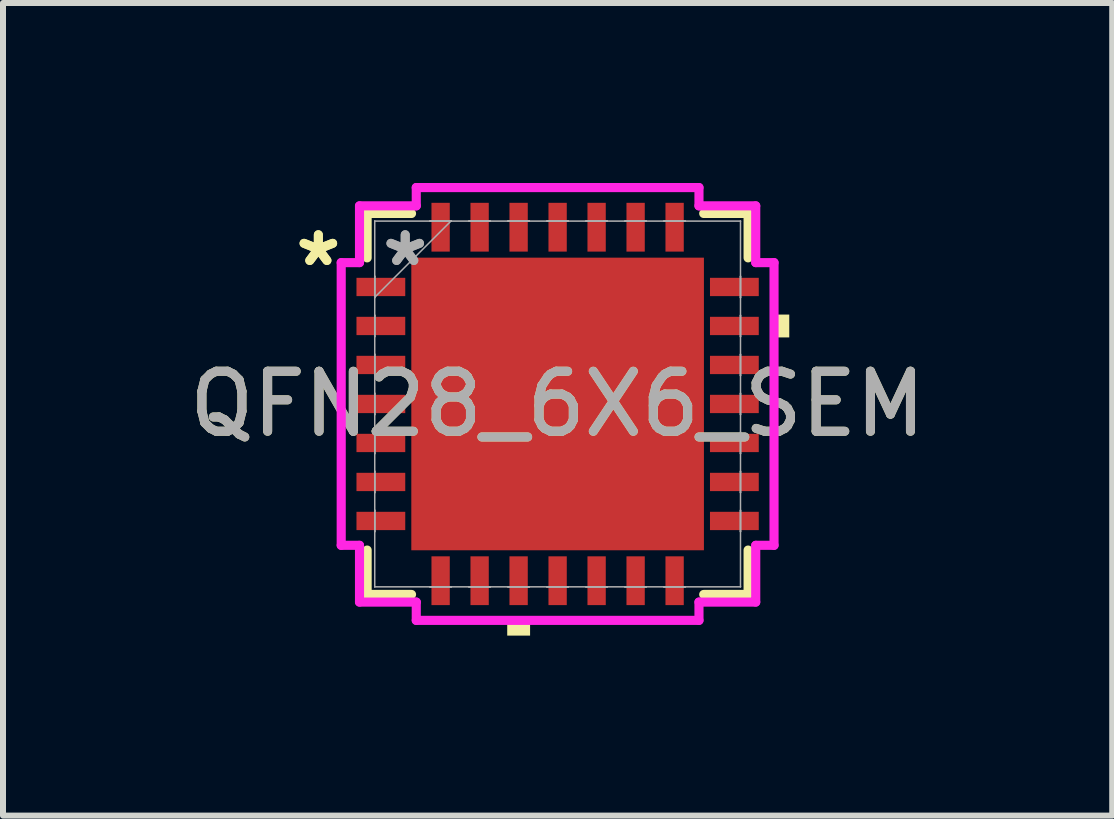
<source format=kicad_pcb>
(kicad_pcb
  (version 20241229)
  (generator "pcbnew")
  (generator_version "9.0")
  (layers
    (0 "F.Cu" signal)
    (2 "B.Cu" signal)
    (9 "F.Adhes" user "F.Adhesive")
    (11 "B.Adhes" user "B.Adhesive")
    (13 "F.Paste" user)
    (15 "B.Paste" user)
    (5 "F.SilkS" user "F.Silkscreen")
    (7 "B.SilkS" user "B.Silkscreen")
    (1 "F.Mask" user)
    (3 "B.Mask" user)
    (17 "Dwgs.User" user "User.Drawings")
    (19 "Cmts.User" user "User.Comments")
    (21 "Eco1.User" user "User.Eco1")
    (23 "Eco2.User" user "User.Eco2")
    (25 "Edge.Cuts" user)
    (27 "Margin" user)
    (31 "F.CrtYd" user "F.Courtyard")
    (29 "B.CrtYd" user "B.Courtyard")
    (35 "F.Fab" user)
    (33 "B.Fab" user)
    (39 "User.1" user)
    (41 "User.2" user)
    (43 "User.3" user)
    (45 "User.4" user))
  (footprint "QFN28_6X6_SEM"
    (layer "F.Cu")
    (at 6.244 3.683)
    (property "Reference" "QFN28_6X6_SEM" (at 0 0 0) (unlocked yes) (layer "F.SilkS") (effects (font (size 1 1) (thickness 0.15))))
    (attr smd)
    (fp_line (start -3.175 -3.175) (end -3.175 -2.435) (stroke (width 0.152) (type solid)) (layer "F.SilkS"))
    (fp_line (start -3.175 2.435) (end -3.175 3.175) (stroke (width 0.152) (type solid)) (layer "F.SilkS"))
    (fp_line (start -3.175 3.175) (end -2.435 3.175) (stroke (width 0.152) (type solid)) (layer "F.SilkS"))
    (fp_line (start -2.435 -3.175) (end -3.175 -3.175) (stroke (width 0.152) (type solid)) (layer "F.SilkS"))
    (fp_line (start 2.435 3.175) (end 3.175 3.175) (stroke (width 0.152) (type solid)) (layer "F.SilkS"))
    (fp_line (start 3.175 -3.175) (end 2.435 -3.175) (stroke (width 0.152) (type solid)) (layer "F.SilkS"))
    (fp_line (start 3.175 -2.435) (end 3.175 -3.175) (stroke (width 0.152) (type solid)) (layer "F.SilkS"))
    (fp_line (start 3.175 3.175) (end 3.175 2.435) (stroke (width 0.152) (type solid)) (layer "F.SilkS"))
    (fp_poly (pts (xy -0.84 3.607) (xy -0.84 3.861) (xy -0.459 3.861) (xy -0.459 3.607)) (stroke (width 0) (type solid)) (fill yes) (layer "F.SilkS"))
    (fp_poly (pts (xy 3.861 -1.49) (xy 3.861 -1.109) (xy 3.607 -1.109) (xy 3.607 -1.49)) (stroke (width 0) (type solid)) (fill yes) (layer "F.SilkS"))
    (fp_poly (pts (xy -2.338 -2.338) (xy -2.338 -0.913) (xy -0.913 -0.913) (xy -0.913 -2.338)) (stroke (width 0) (type solid)) (fill yes) (layer "F.Paste"))
    (fp_poly (pts (xy -2.338 -0.713) (xy -2.338 0.713) (xy -0.913 0.713) (xy -0.913 -0.713)) (stroke (width 0) (type solid)) (fill yes) (layer "F.Paste"))
    (fp_poly (pts (xy -2.338 0.913) (xy -2.338 2.338) (xy -0.913 2.338) (xy -0.913 0.913)) (stroke (width 0) (type solid)) (fill yes) (layer "F.Paste"))
    (fp_poly (pts (xy -0.713 -2.338) (xy -0.713 -0.913) (xy 0.713 -0.913) (xy 0.713 -2.338)) (stroke (width 0) (type solid)) (fill yes) (layer "F.Paste"))
    (fp_poly (pts (xy -0.713 -0.713) (xy -0.713 0.713) (xy 0.713 0.713) (xy 0.713 -0.713)) (stroke (width 0) (type solid)) (fill yes) (layer "F.Paste"))
    (fp_poly (pts (xy -0.713 0.913) (xy -0.713 2.338) (xy 0.713 2.338) (xy 0.713 0.913)) (stroke (width 0) (type solid)) (fill yes) (layer "F.Paste"))
    (fp_poly (pts (xy 0.913 -2.338) (xy 0.913 -0.913) (xy 2.338 -0.913) (xy 2.338 -2.338)) (stroke (width 0) (type solid)) (fill yes) (layer "F.Paste"))
    (fp_poly (pts (xy 0.913 -0.713) (xy 0.913 0.713) (xy 2.338 0.713) (xy 2.338 -0.713)) (stroke (width 0) (type solid)) (fill yes) (layer "F.Paste"))
    (fp_poly (pts (xy 0.913 0.913) (xy 0.913 2.338) (xy 2.338 2.338) (xy 2.338 0.913)) (stroke (width 0) (type solid)) (fill yes) (layer "F.Paste"))
    (fp_line (start -3.607 -2.356) (end -3.302 -2.356) (stroke (width 0.152) (type solid)) (layer "F.CrtYd"))
    (fp_line (start -3.607 2.356) (end -3.607 -2.356) (stroke (width 0.152) (type solid)) (layer "F.CrtYd"))
    (fp_line (start -3.302 -3.302) (end -2.356 -3.302) (stroke (width 0.152) (type solid)) (layer "F.CrtYd"))
    (fp_line (start -3.302 -2.356) (end -3.302 -3.302) (stroke (width 0.152) (type solid)) (layer "F.CrtYd"))
    (fp_line (start -3.302 2.356) (end -3.607 2.356) (stroke (width 0.152) (type solid)) (layer "F.CrtYd"))
    (fp_line (start -3.302 3.302) (end -3.302 2.356) (stroke (width 0.152) (type solid)) (layer "F.CrtYd"))
    (fp_line (start -2.356 -3.607) (end 2.356 -3.607) (stroke (width 0.152) (type solid)) (layer "F.CrtYd"))
    (fp_line (start -2.356 -3.302) (end -2.356 -3.607) (stroke (width 0.152) (type solid)) (layer "F.CrtYd"))
    (fp_line (start -2.356 3.302) (end -3.302 3.302) (stroke (width 0.152) (type solid)) (layer "F.CrtYd"))
    (fp_line (start -2.356 3.607) (end -2.356 3.302) (stroke (width 0.152) (type solid)) (layer "F.CrtYd"))
    (fp_line (start 2.356 -3.607) (end 2.356 -3.302) (stroke (width 0.152) (type solid)) (layer "F.CrtYd"))
    (fp_line (start 2.356 -3.302) (end 3.302 -3.302) (stroke (width 0.152) (type solid)) (layer "F.CrtYd"))
    (fp_line (start 2.356 3.302) (end 2.356 3.607) (stroke (width 0.152) (type solid)) (layer "F.CrtYd"))
    (fp_line (start 2.356 3.607) (end -2.356 3.607) (stroke (width 0.152) (type solid)) (layer "F.CrtYd"))
    (fp_line (start 3.302 -3.302) (end 3.302 -2.356) (stroke (width 0.152) (type solid)) (layer "F.CrtYd"))
    (fp_line (start 3.302 -2.356) (end 3.607 -2.356) (stroke (width 0.152) (type solid)) (layer "F.CrtYd"))
    (fp_line (start 3.302 2.356) (end 3.302 3.302) (stroke (width 0.152) (type solid)) (layer "F.CrtYd"))
    (fp_line (start 3.302 3.302) (end 2.356 3.302) (stroke (width 0.152) (type solid)) (layer "F.CrtYd"))
    (fp_line (start 3.607 -2.356) (end 3.607 2.356) (stroke (width 0.152) (type solid)) (layer "F.CrtYd"))
    (fp_line (start 3.607 2.356) (end 3.302 2.356) (stroke (width 0.152) (type solid)) (layer "F.CrtYd"))
    (fp_line (start -3.048 -3.048) (end -3.048 -3.048) (stroke (width 0.025) (type solid)) (layer "F.Fab"))
    (fp_line (start -3.048 -3.048) (end -3.048 3.048) (stroke (width 0.025) (type solid)) (layer "F.Fab"))
    (fp_line (start -3.048 -2.128) (end -3.048 -2.128) (stroke (width 0.025) (type solid)) (layer "F.Fab"))
    (fp_line (start -3.048 -2.128) (end -3.048 -1.772) (stroke (width 0.025) (type solid)) (layer "F.Fab"))
    (fp_line (start -3.048 -1.778) (end -1.778 -3.048) (stroke (width 0.025) (type solid)) (layer "F.Fab"))
    (fp_line (start -3.048 -1.772) (end -3.048 -2.128) (stroke (width 0.025) (type solid)) (layer "F.Fab"))
    (fp_line (start -3.048 -1.772) (end -3.048 -1.772) (stroke (width 0.025) (type solid)) (layer "F.Fab"))
    (fp_line (start -3.048 -1.478) (end -3.048 -1.478) (stroke (width 0.025) (type solid)) (layer "F.Fab"))
    (fp_line (start -3.048 -1.478) (end -3.048 -1.122) (stroke (width 0.025) (type solid)) (layer "F.Fab"))
    (fp_line (start -3.048 -1.122) (end -3.048 -1.478) (stroke (width 0.025) (type solid)) (layer "F.Fab"))
    (fp_line (start -3.048 -1.122) (end -3.048 -1.122) (stroke (width 0.025) (type solid)) (layer "F.Fab"))
    (fp_line (start -3.048 -0.828) (end -3.048 -0.828) (stroke (width 0.025) (type solid)) (layer "F.Fab"))
    (fp_line (start -3.048 -0.828) (end -3.048 -0.472) (stroke (width 0.025) (type solid)) (layer "F.Fab"))
    (fp_line (start -3.048 -0.472) (end -3.048 -0.828) (stroke (width 0.025) (type solid)) (layer "F.Fab"))
    (fp_line (start -3.048 -0.472) (end -3.048 -0.472) (stroke (width 0.025) (type solid)) (layer "F.Fab"))
    (fp_line (start -3.048 -0.178) (end -3.048 -0.178) (stroke (width 0.025) (type solid)) (layer "F.Fab"))
    (fp_line (start -3.048 -0.178) (end -3.048 0.178) (stroke (width 0.025) (type solid)) (layer "F.Fab"))
    (fp_line (start -3.048 0.178) (end -3.048 -0.178) (stroke (width 0.025) (type solid)) (layer "F.Fab"))
    (fp_line (start -3.048 0.178) (end -3.048 0.178) (stroke (width 0.025) (type solid)) (layer "F.Fab"))
    (fp_line (start -3.048 0.472) (end -3.048 0.472) (stroke (width 0.025) (type solid)) (layer "F.Fab"))
    (fp_line (start -3.048 0.472) (end -3.048 0.828) (stroke (width 0.025) (type solid)) (layer "F.Fab"))
    (fp_line (start -3.048 0.828) (end -3.048 0.472) (stroke (width 0.025) (type solid)) (layer "F.Fab"))
    (fp_line (start -3.048 0.828) (end -3.048 0.828) (stroke (width 0.025) (type solid)) (layer "F.Fab"))
    (fp_line (start -3.048 1.122) (end -3.048 1.122) (stroke (width 0.025) (type solid)) (layer "F.Fab"))
    (fp_line (start -3.048 1.122) (end -3.048 1.478) (stroke (width 0.025) (type solid)) (layer "F.Fab"))
    (fp_line (start -3.048 1.478) (end -3.048 1.122) (stroke (width 0.025) (type solid)) (layer "F.Fab"))
    (fp_line (start -3.048 1.478) (end -3.048 1.478) (stroke (width 0.025) (type solid)) (layer "F.Fab"))
    (fp_line (start -3.048 1.772) (end -3.048 1.772) (stroke (width 0.025) (type solid)) (layer "F.Fab"))
    (fp_line (start -3.048 1.772) (end -3.048 2.128) (stroke (width 0.025) (type solid)) (layer "F.Fab"))
    (fp_line (start -3.048 2.128) (end -3.048 1.772) (stroke (width 0.025) (type solid)) (layer "F.Fab"))
    (fp_line (start -3.048 2.128) (end -3.048 2.128) (stroke (width 0.025) (type solid)) (layer "F.Fab"))
    (fp_line (start -3.048 3.048) (end -3.048 3.048) (stroke (width 0.025) (type solid)) (layer "F.Fab"))
    (fp_line (start -3.048 3.048) (end 3.048 3.048) (stroke (width 0.025) (type solid)) (layer "F.Fab"))
    (fp_line (start -2.128 -3.048) (end -2.128 -3.048) (stroke (width 0.025) (type solid)) (layer "F.Fab"))
    (fp_line (start -2.128 -3.048) (end -1.772 -3.048) (stroke (width 0.025) (type solid)) (layer "F.Fab"))
    (fp_line (start -2.128 3.048) (end -2.128 3.048) (stroke (width 0.025) (type solid)) (layer "F.Fab"))
    (fp_line (start -2.128 3.048) (end -1.772 3.048) (stroke (width 0.025) (type solid)) (layer "F.Fab"))
    (fp_line (start -1.772 -3.048) (end -2.128 -3.048) (stroke (width 0.025) (type solid)) (layer "F.Fab"))
    (fp_line (start -1.772 -3.048) (end -1.772 -3.048) (stroke (width 0.025) (type solid)) (layer "F.Fab"))
    (fp_line (start -1.772 3.048) (end -2.128 3.048) (stroke (width 0.025) (type solid)) (layer "F.Fab"))
    (fp_line (start -1.772 3.048) (end -1.772 3.048) (stroke (width 0.025) (type solid)) (layer "F.Fab"))
    (fp_line (start -1.478 -3.048) (end -1.478 -3.048) (stroke (width 0.025) (type solid)) (layer "F.Fab"))
    (fp_line (start -1.478 -3.048) (end -1.122 -3.048) (stroke (width 0.025) (type solid)) (layer "F.Fab"))
    (fp_line (start -1.478 3.048) (end -1.478 3.048) (stroke (width 0.025) (type solid)) (layer "F.Fab"))
    (fp_line (start -1.478 3.048) (end -1.122 3.048) (stroke (width 0.025) (type solid)) (layer "F.Fab"))
    (fp_line (start -1.122 -3.048) (end -1.478 -3.048) (stroke (width 0.025) (type solid)) (layer "F.Fab"))
    (fp_line (start -1.122 -3.048) (end -1.122 -3.048) (stroke (width 0.025) (type solid)) (layer "F.Fab"))
    (fp_line (start -1.122 3.048) (end -1.478 3.048) (stroke (width 0.025) (type solid)) (layer "F.Fab"))
    (fp_line (start -1.122 3.048) (end -1.122 3.048) (stroke (width 0.025) (type solid)) (layer "F.Fab"))
    (fp_line (start -0.828 -3.048) (end -0.828 -3.048) (stroke (width 0.025) (type solid)) (layer "F.Fab"))
    (fp_line (start -0.828 -3.048) (end -0.472 -3.048) (stroke (width 0.025) (type solid)) (layer "F.Fab"))
    (fp_line (start -0.828 3.048) (end -0.828 3.048) (stroke (width 0.025) (type solid)) (layer "F.Fab"))
    (fp_line (start -0.828 3.048) (end -0.472 3.048) (stroke (width 0.025) (type solid)) (layer "F.Fab"))
    (fp_line (start -0.472 -3.048) (end -0.828 -3.048) (stroke (width 0.025) (type solid)) (layer "F.Fab"))
    (fp_line (start -0.472 -3.048) (end -0.472 -3.048) (stroke (width 0.025) (type solid)) (layer "F.Fab"))
    (fp_line (start -0.472 3.048) (end -0.828 3.048) (stroke (width 0.025) (type solid)) (layer "F.Fab"))
    (fp_line (start -0.472 3.048) (end -0.472 3.048) (stroke (width 0.025) (type solid)) (layer "F.Fab"))
    (fp_line (start -0.178 -3.048) (end -0.178 -3.048) (stroke (width 0.025) (type solid)) (layer "F.Fab"))
    (fp_line (start -0.178 -3.048) (end 0.178 -3.048) (stroke (width 0.025) (type solid)) (layer "F.Fab"))
    (fp_line (start -0.178 3.048) (end -0.178 3.048) (stroke (width 0.025) (type solid)) (layer "F.Fab"))
    (fp_line (start -0.178 3.048) (end 0.178 3.048) (stroke (width 0.025) (type solid)) (layer "F.Fab"))
    (fp_line (start 0.178 -3.048) (end -0.178 -3.048) (stroke (width 0.025) (type solid)) (layer "F.Fab"))
    (fp_line (start 0.178 -3.048) (end 0.178 -3.048) (stroke (width 0.025) (type solid)) (layer "F.Fab"))
    (fp_line (start 0.178 3.048) (end -0.178 3.048) (stroke (width 0.025) (type solid)) (layer "F.Fab"))
    (fp_line (start 0.178 3.048) (end 0.178 3.048) (stroke (width 0.025) (type solid)) (layer "F.Fab"))
    (fp_line (start 0.472 -3.048) (end 0.472 -3.048) (stroke (width 0.025) (type solid)) (layer "F.Fab"))
    (fp_line (start 0.472 -3.048) (end 0.828 -3.048) (stroke (width 0.025) (type solid)) (layer "F.Fab"))
    (fp_line (start 0.472 3.048) (end 0.472 3.048) (stroke (width 0.025) (type solid)) (layer "F.Fab"))
    (fp_line (start 0.472 3.048) (end 0.828 3.048) (stroke (width 0.025) (type solid)) (layer "F.Fab"))
    (fp_line (start 0.828 -3.048) (end 0.472 -3.048) (stroke (width 0.025) (type solid)) (layer "F.Fab"))
    (fp_line (start 0.828 -3.048) (end 0.828 -3.048) (stroke (width 0.025) (type solid)) (layer "F.Fab"))
    (fp_line (start 0.828 3.048) (end 0.472 3.048) (stroke (width 0.025) (type solid)) (layer "F.Fab"))
    (fp_line (start 0.828 3.048) (end 0.828 3.048) (stroke (width 0.025) (type solid)) (layer "F.Fab"))
    (fp_line (start 1.122 -3.048) (end 1.122 -3.048) (stroke (width 0.025) (type solid)) (layer "F.Fab"))
    (fp_line (start 1.122 -3.048) (end 1.478 -3.048) (stroke (width 0.025) (type solid)) (layer "F.Fab"))
    (fp_line (start 1.122 3.048) (end 1.122 3.048) (stroke (width 0.025) (type solid)) (layer "F.Fab"))
    (fp_line (start 1.122 3.048) (end 1.478 3.048) (stroke (width 0.025) (type solid)) (layer "F.Fab"))
    (fp_line (start 1.478 -3.048) (end 1.122 -3.048) (stroke (width 0.025) (type solid)) (layer "F.Fab"))
    (fp_line (start 1.478 -3.048) (end 1.478 -3.048) (stroke (width 0.025) (type solid)) (layer "F.Fab"))
    (fp_line (start 1.478 3.048) (end 1.122 3.048) (stroke (width 0.025) (type solid)) (layer "F.Fab"))
    (fp_line (start 1.478 3.048) (end 1.478 3.048) (stroke (width 0.025) (type solid)) (layer "F.Fab"))
    (fp_line (start 1.772 -3.048) (end 1.772 -3.048) (stroke (width 0.025) (type solid)) (layer "F.Fab"))
    (fp_line (start 1.772 -3.048) (end 2.128 -3.048) (stroke (width 0.025) (type solid)) (layer "F.Fab"))
    (fp_line (start 1.772 3.048) (end 1.772 3.048) (stroke (width 0.025) (type solid)) (layer "F.Fab"))
    (fp_line (start 1.772 3.048) (end 2.128 3.048) (stroke (width 0.025) (type solid)) (layer "F.Fab"))
    (fp_line (start 2.128 -3.048) (end 1.772 -3.048) (stroke (width 0.025) (type solid)) (layer "F.Fab"))
    (fp_line (start 2.128 -3.048) (end 2.128 -3.048) (stroke (width 0.025) (type solid)) (layer "F.Fab"))
    (fp_line (start 2.128 3.048) (end 1.772 3.048) (stroke (width 0.025) (type solid)) (layer "F.Fab"))
    (fp_line (start 2.128 3.048) (end 2.128 3.048) (stroke (width 0.025) (type solid)) (layer "F.Fab"))
    (fp_line (start 3.048 -3.048) (end -3.048 -3.048) (stroke (width 0.025) (type solid)) (layer "F.Fab"))
    (fp_line (start 3.048 -3.048) (end 3.048 -3.048) (stroke (width 0.025) (type solid)) (layer "F.Fab"))
    (fp_line (start 3.048 -2.128) (end 3.048 -2.128) (stroke (width 0.025) (type solid)) (layer "F.Fab"))
    (fp_line (start 3.048 -2.128) (end 3.048 -1.772) (stroke (width 0.025) (type solid)) (layer "F.Fab"))
    (fp_line (start 3.048 -1.772) (end 3.048 -2.128) (stroke (width 0.025) (type solid)) (layer "F.Fab"))
    (fp_line (start 3.048 -1.772) (end 3.048 -1.772) (stroke (width 0.025) (type solid)) (layer "F.Fab"))
    (fp_line (start 3.048 -1.478) (end 3.048 -1.478) (stroke (width 0.025) (type solid)) (layer "F.Fab"))
    (fp_line (start 3.048 -1.478) (end 3.048 -1.122) (stroke (width 0.025) (type solid)) (layer "F.Fab"))
    (fp_line (start 3.048 -1.122) (end 3.048 -1.478) (stroke (width 0.025) (type solid)) (layer "F.Fab"))
    (fp_line (start 3.048 -1.122) (end 3.048 -1.122) (stroke (width 0.025) (type solid)) (layer "F.Fab"))
    (fp_line (start 3.048 -0.828) (end 3.048 -0.828) (stroke (width 0.025) (type solid)) (layer "F.Fab"))
    (fp_line (start 3.048 -0.828) (end 3.048 -0.472) (stroke (width 0.025) (type solid)) (layer "F.Fab"))
    (fp_line (start 3.048 -0.472) (end 3.048 -0.828) (stroke (width 0.025) (type solid)) (layer "F.Fab"))
    (fp_line (start 3.048 -0.472) (end 3.048 -0.472) (stroke (width 0.025) (type solid)) (layer "F.Fab"))
    (fp_line (start 3.048 -0.178) (end 3.048 -0.178) (stroke (width 0.025) (type solid)) (layer "F.Fab"))
    (fp_line (start 3.048 -0.178) (end 3.048 0.178) (stroke (width 0.025) (type solid)) (layer "F.Fab"))
    (fp_line (start 3.048 0.178) (end 3.048 -0.178) (stroke (width 0.025) (type solid)) (layer "F.Fab"))
    (fp_line (start 3.048 0.178) (end 3.048 0.178) (stroke (width 0.025) (type solid)) (layer "F.Fab"))
    (fp_line (start 3.048 0.472) (end 3.048 0.472) (stroke (width 0.025) (type solid)) (layer "F.Fab"))
    (fp_line (start 3.048 0.472) (end 3.048 0.828) (stroke (width 0.025) (type solid)) (layer "F.Fab"))
    (fp_line (start 3.048 0.828) (end 3.048 0.472) (stroke (width 0.025) (type solid)) (layer "F.Fab"))
    (fp_line (start 3.048 0.828) (end 3.048 0.828) (stroke (width 0.025) (type solid)) (layer "F.Fab"))
    (fp_line (start 3.048 1.122) (end 3.048 1.122) (stroke (width 0.025) (type solid)) (layer "F.Fab"))
    (fp_line (start 3.048 1.122) (end 3.048 1.478) (stroke (width 0.025) (type solid)) (layer "F.Fab"))
    (fp_line (start 3.048 1.478) (end 3.048 1.122) (stroke (width 0.025) (type solid)) (layer "F.Fab"))
    (fp_line (start 3.048 1.478) (end 3.048 1.478) (stroke (width 0.025) (type solid)) (layer "F.Fab"))
    (fp_line (start 3.048 1.772) (end 3.048 1.772) (stroke (width 0.025) (type solid)) (layer "F.Fab"))
    (fp_line (start 3.048 1.772) (end 3.048 2.128) (stroke (width 0.025) (type solid)) (layer "F.Fab"))
    (fp_line (start 3.048 2.128) (end 3.048 1.772) (stroke (width 0.025) (type solid)) (layer "F.Fab"))
    (fp_line (start 3.048 2.128) (end 3.048 2.128) (stroke (width 0.025) (type solid)) (layer "F.Fab"))
    (fp_line (start 3.048 3.048) (end 3.048 -3.048) (stroke (width 0.025) (type solid)) (layer "F.Fab"))
    (fp_line (start 3.048 3.048) (end 3.048 3.048) (stroke (width 0.025) (type solid)) (layer "F.Fab"))
    (fp_text user "*" (at -3.988 -2.275 0) (layer "F.SilkS") (effects (font (size 1 1) (thickness 0.15))))
    (fp_text user "*" (at -3.988 -2.275 0) (unlocked yes) (layer "F.SilkS") (effects (font (size 1 1) (thickness 0.15))))
    (fp_text user "*" (at -2.54 -2.275 0) (layer "F.Fab") (effects (font (size 1 1) (thickness 0.15))))
    (fp_text user "*" (at -2.54 -2.275 0) (unlocked yes) (layer "F.Fab") (effects (font (size 1 1) (thickness 0.15))))
    (fp_text user "${REFERENCE}" (at 0 0 0) (unlocked yes) (layer "F.Fab") (effects (font (size 1 1) (thickness 0.15))))
    (pad "1" smd rect (at -2.946 -1.95 90) (size 0.305 0.813) (layers "F.Cu" "F.Mask" "F.Paste"))
    (pad "2" smd rect (at -2.946 -1.3 90) (size 0.305 0.813) (layers "F.Cu" "F.Mask" "F.Paste"))
    (pad "3" smd rect (at -2.946 -0.65 90) (size 0.305 0.813) (layers "F.Cu" "F.Mask" "F.Paste"))
    (pad "4" smd rect (at -2.946 0 90) (size 0.305 0.813) (layers "F.Cu" "F.Mask" "F.Paste"))
    (pad "5" smd rect (at -2.946 0.65 90) (size 0.305 0.813) (layers "F.Cu" "F.Mask" "F.Paste"))
    (pad "6" smd rect (at -2.946 1.3 90) (size 0.305 0.813) (layers "F.Cu" "F.Mask" "F.Paste"))
    (pad "7" smd rect (at -2.946 1.95 90) (size 0.305 0.813) (layers "F.Cu" "F.Mask" "F.Paste"))
    (pad "8" smd rect (at -1.95 2.946) (size 0.305 0.813) (layers "F.Cu" "F.Mask" "F.Paste"))
    (pad "9" smd rect (at -1.3 2.946) (size 0.305 0.813) (layers "F.Cu" "F.Mask" "F.Paste"))
    (pad "10" smd rect (at -0.65 2.946) (size 0.305 0.813) (layers "F.Cu" "F.Mask" "F.Paste"))
    (pad "11" smd rect (at 0 2.946) (size 0.305 0.813) (layers "F.Cu" "F.Mask" "F.Paste"))
    (pad "12" smd rect (at 0.65 2.946) (size 0.305 0.813) (layers "F.Cu" "F.Mask" "F.Paste"))
    (pad "13" smd rect (at 1.3 2.946) (size 0.305 0.813) (layers "F.Cu" "F.Mask" "F.Paste"))
    (pad "14" smd rect (at 1.95 2.946) (size 0.305 0.813) (layers "F.Cu" "F.Mask" "F.Paste"))
    (pad "15" smd rect (at 2.946 1.95 90) (size 0.305 0.813) (layers "F.Cu" "F.Mask" "F.Paste"))
    (pad "16" smd rect (at 2.946 1.3 90) (size 0.305 0.813) (layers "F.Cu" "F.Mask" "F.Paste"))
    (pad "17" smd rect (at 2.946 0.65 90) (size 0.305 0.813) (layers "F.Cu" "F.Mask" "F.Paste"))
    (pad "18" smd rect (at 2.946 0 90) (size 0.305 0.813) (layers "F.Cu" "F.Mask" "F.Paste"))
    (pad "19" smd rect (at 2.946 -0.65 90) (size 0.305 0.813) (layers "F.Cu" "F.Mask" "F.Paste"))
    (pad "20" smd rect (at 2.946 -1.3 90) (size 0.305 0.813) (layers "F.Cu" "F.Mask" "F.Paste"))
    (pad "21" smd rect (at 2.946 -1.95 90) (size 0.305 0.813) (layers "F.Cu" "F.Mask" "F.Paste"))
    (pad "22" smd rect (at 1.95 -2.946) (size 0.305 0.813) (layers "F.Cu" "F.Mask" "F.Paste"))
    (pad "23" smd rect (at 1.3 -2.946) (size 0.305 0.813) (layers "F.Cu" "F.Mask" "F.Paste"))
    (pad "24" smd rect (at 0.65 -2.946) (size 0.305 0.813) (layers "F.Cu" "F.Mask" "F.Paste"))
    (pad "25" smd rect (at 0 -2.946) (size 0.305 0.813) (layers "F.Cu" "F.Mask" "F.Paste"))
    (pad "26" smd rect (at -0.65 -2.946) (size 0.305 0.813) (layers "F.Cu" "F.Mask" "F.Paste"))
    (pad "27" smd rect (at -1.3 -2.946) (size 0.305 0.813) (layers "F.Cu" "F.Mask" "F.Paste"))
    (pad "28" smd rect (at -1.95 -2.946) (size 0.305 0.813) (layers "F.Cu" "F.Mask" "F.Paste"))
    (pad "29" smd rect (at 0 0) (size 4.877 4.877) (layers "F.Cu" "F.Mask")))
  (gr_rect
    (start -3 -3)
    (end 15.488 10.544)
    (stroke (width 0.1) (type default))
    (fill no)
    (layer "Edge.Cuts")))
</source>
